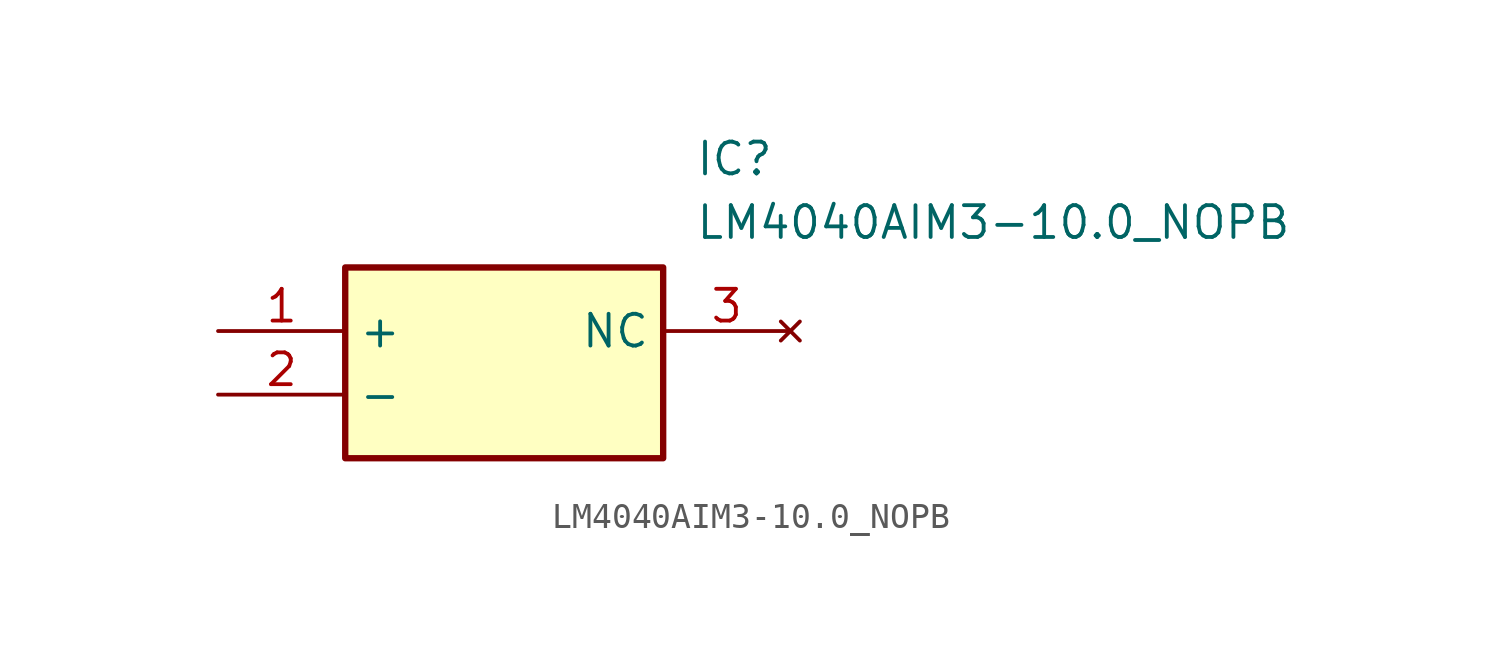
<source format=kicad_sym>
(kicad_symbol_lib
  (version 20211014)
  (generator SamacSys_ECAD_Model)
  (symbol "LM4040AIM3-10.0_NOPB"
    (property "Reference" "IC"
      (at 19.05 7.62 0)
      (effects (font (size 1.27 1.27)) (justify left top)))
    (property "Value" "LM4040AIM3-10.0_NOPB"
      (at 19.05 5.08 0)
      (effects (font (size 1.27 1.27)) (justify left top)))
    (rectangle
      (start 5.08 2.54)
      (end 17.78 -5.08)
      (stroke (width 0.254) (type default))
      (fill (type background)))
    (pin passive line
      (at 0 0 0)
      (length 5.08)
      (name "+" (effects (font (size 1.27 1.27))))
      (number "1" (effects (font (size 1.27 1.27)))))
    (pin passive line
      (at 0 -2.54 0)
      (length 5.08)
      (name "-" (effects (font (size 1.27 1.27))))
      (number "2" (effects (font (size 1.27 1.27)))))
    (pin no_connect line
      (at 22.86 0 180)
      (length 5.08)
      (name "NC" (effects (font (size 1.27 1.27))))
      (number "3" (effects (font (size 1.27 1.27)))))))
</source>
